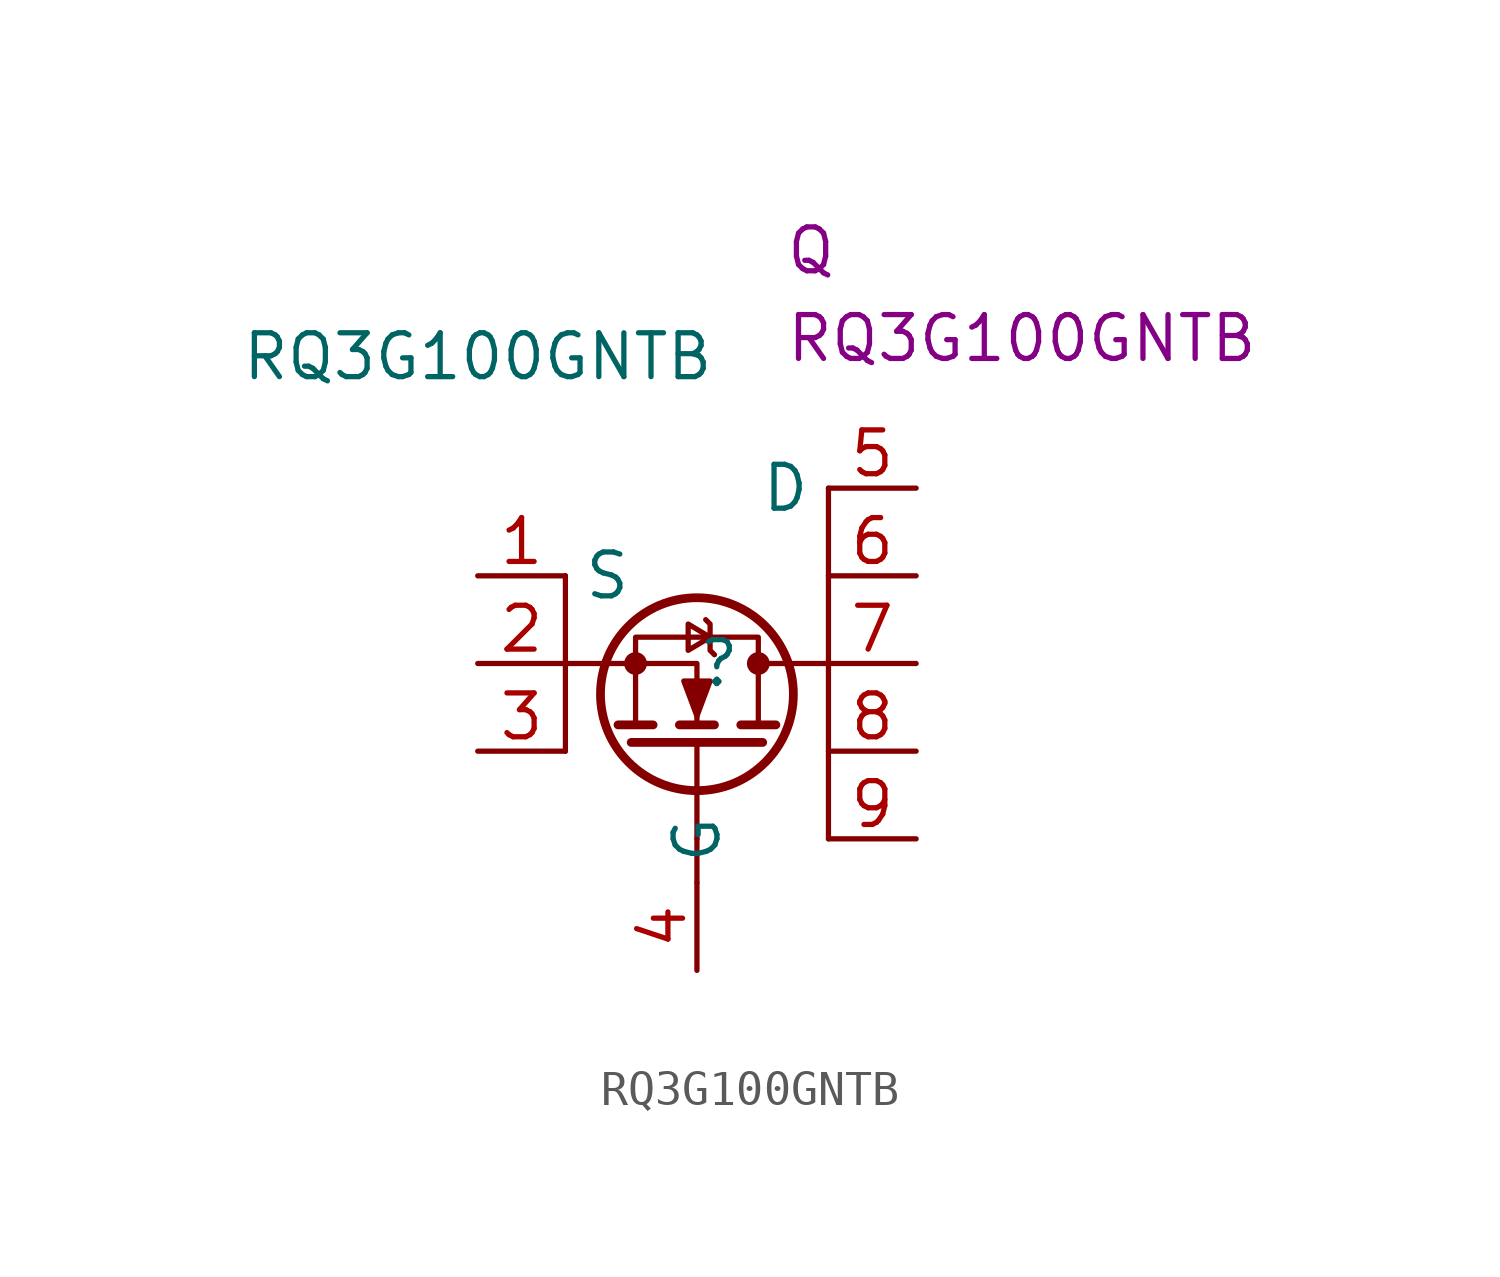
<source format=kicad_sym>
(kicad_symbol_lib
  (version 20211014)
  (generator kicad_symbol_editor)
  (symbol "RQ3G100GNTB"
    (property "Reference" ""
      (at 0.635 0 0)
      (effects (font (size 1.27 1.27))))
    (property "Value" "RQ3G100GNTB"
      (at -6.35 8.89 0)
      (effects (font (size 1.27 1.27))))
    (property "Reference_1" "Q"
      (at 2.54 12.7 0)
      (effects (font (size 1.27 1.27)) (justify left top)))
    (property "Value_1" "RQ3G100GNTB"
      (at 2.54 10.16 0)
      (effects (font (size 1.27 1.27)) (justify left top)))
    (symbol "RQ3G100GNTB_0_1"
      (circle (center -1.778 0) (radius 0.254) (stroke (width 0) (type default) (color 0 0 0 0)) (fill (type outline)))
      (circle (center 0 -0.889) (radius 2.794) (stroke (width 0.254) (type default) (color 0 0 0 0)) (fill (type none)))
      (polyline (pts (xy -3.81 2.54) (xy -3.81 -2.54)) (stroke (width 0.152) (type default) (color 0 0 0 0)) (fill (type none)))
      (polyline (pts (xy -2.54 0) (xy -3.81 0)) (stroke (width 0.152) (type default) (color 0 0 0 0)) (fill (type none)))
      (polyline (pts (xy -1.27 -1.778) (xy -2.286 -1.778)) (stroke (width 0.254) (type default) (color 0 0 0 0)) (fill (type none)))
      (polyline (pts (xy 0 -5.08) (xy 0 -6.35)) (stroke (width 0.152) (type default) (color 0 0 0 0)) (fill (type none)))
      (polyline (pts (xy 0 -2.286) (xy 0 -5.08)) (stroke (width 0) (type default) (color 0 0 0 0)) (fill (type none)))
      (polyline (pts (xy 0.508 -1.778) (xy -0.508 -1.778)) (stroke (width 0.254) (type default) (color 0 0 0 0)) (fill (type none)))
      (polyline (pts (xy 1.905 -2.286) (xy -1.905 -2.286)) (stroke (width 0.254) (type default) (color 0 0 0 0)) (fill (type none)))
      (polyline (pts (xy 2.286 -1.778) (xy 1.27 -1.778)) (stroke (width 0.254) (type default) (color 0 0 0 0)) (fill (type none)))
      (polyline (pts (xy 2.54 0) (xy 1.778 0)) (stroke (width 0) (type default) (color 0 0 0 0)) (fill (type none)))
      (polyline (pts (xy 2.54 0) (xy 3.81 0)) (stroke (width 0.152) (type default) (color 0 0 0 0)) (fill (type none)))
      (polyline (pts (xy 3.81 -5.08) (xy 3.81 5.08)) (stroke (width 0.152) (type default) (color 0 0 0 0)) (fill (type none)))
      (polyline (pts (xy -2.54 0) (xy 0 0) (xy 0 -1.778)) (stroke (width 0) (type default) (color 0 0 0 0)) (fill (type none)))
      (polyline (pts (xy -1.778 -1.778) (xy -1.778 0.762) (xy 1.778 0.762) (xy 1.778 -1.778)) (stroke (width 0) (type default) (color 0 0 0 0)) (fill (type none)))
      (polyline (pts (xy 0 -1.524) (xy 0.381 -0.508) (xy -0.381 -0.508) (xy 0 -1.524)) (stroke (width 0) (type default) (color 0 0 0 0)) (fill (type outline)))
      (polyline (pts (xy 0.381 0.762) (xy -0.254 0.381) (xy -0.254 1.143) (xy 0.381 0.762)) (stroke (width 0) (type default) (color 0 0 0 0)) (fill (type none)))
      (polyline (pts (xy 0.508 0.254) (xy 0.381 0.381) (xy 0.381 1.143) (xy 0.254 1.27)) (stroke (width 0) (type default) (color 0 0 0 0)) (fill (type none)))
      (circle (center 1.778 0) (radius 0.254) (stroke (width 0) (type default) (color 0 0 0 0)) (fill (type outline))))
    (symbol "RQ3G100GNTB_1_1"
      (pin passive line (at -6.35 2.54 0) (length 2.54) (name "S" (effects (font (size 1.27 1.27)))) (number "1" (effects (font (size 1.27 1.27)))))
      (pin passive line (at -6.35 0 0) (length 2.54) (name "" (effects (font (size 1.27 1.27)))) (number "2" (effects (font (size 1.27 1.27)))))
      (pin passive line (at -6.35 -2.54 0) (length 2.54) (name "" (effects (font (size 1.27 1.27)))) (number "3" (effects (font (size 1.27 1.27)))))
      (pin input line (at 0 -8.89 90) (length 2.54) (name "G" (effects (font (size 1.27 1.27)))) (number "4" (effects (font (size 1.27 1.27)))))
      (pin passive line (at 6.35 5.08 180) (length 2.54) (name "D" (effects (font (size 1.27 1.27)))) (number "5" (effects (font (size 1.27 1.27)))))
      (pin passive line (at 6.35 2.54 180) (length 2.54) (name "" (effects (font (size 1.27 1.27)))) (number "6" (effects (font (size 1.27 1.27)))))
      (pin passive line (at 6.35 0 180) (length 2.54) (name "" (effects (font (size 1.27 1.27)))) (number "7" (effects (font (size 1.27 1.27)))))
      (pin passive line (at 6.35 -2.54 180) (length 2.54) (name "" (effects (font (size 1.27 1.27)))) (number "8" (effects (font (size 1.27 1.27)))))
      (pin passive line (at 6.35 -5.08 180) (length 2.54) (name "" (effects (font (size 1.27 1.27)))) (number "9" (effects (font (size 1.27 1.27))))))))
</source>
